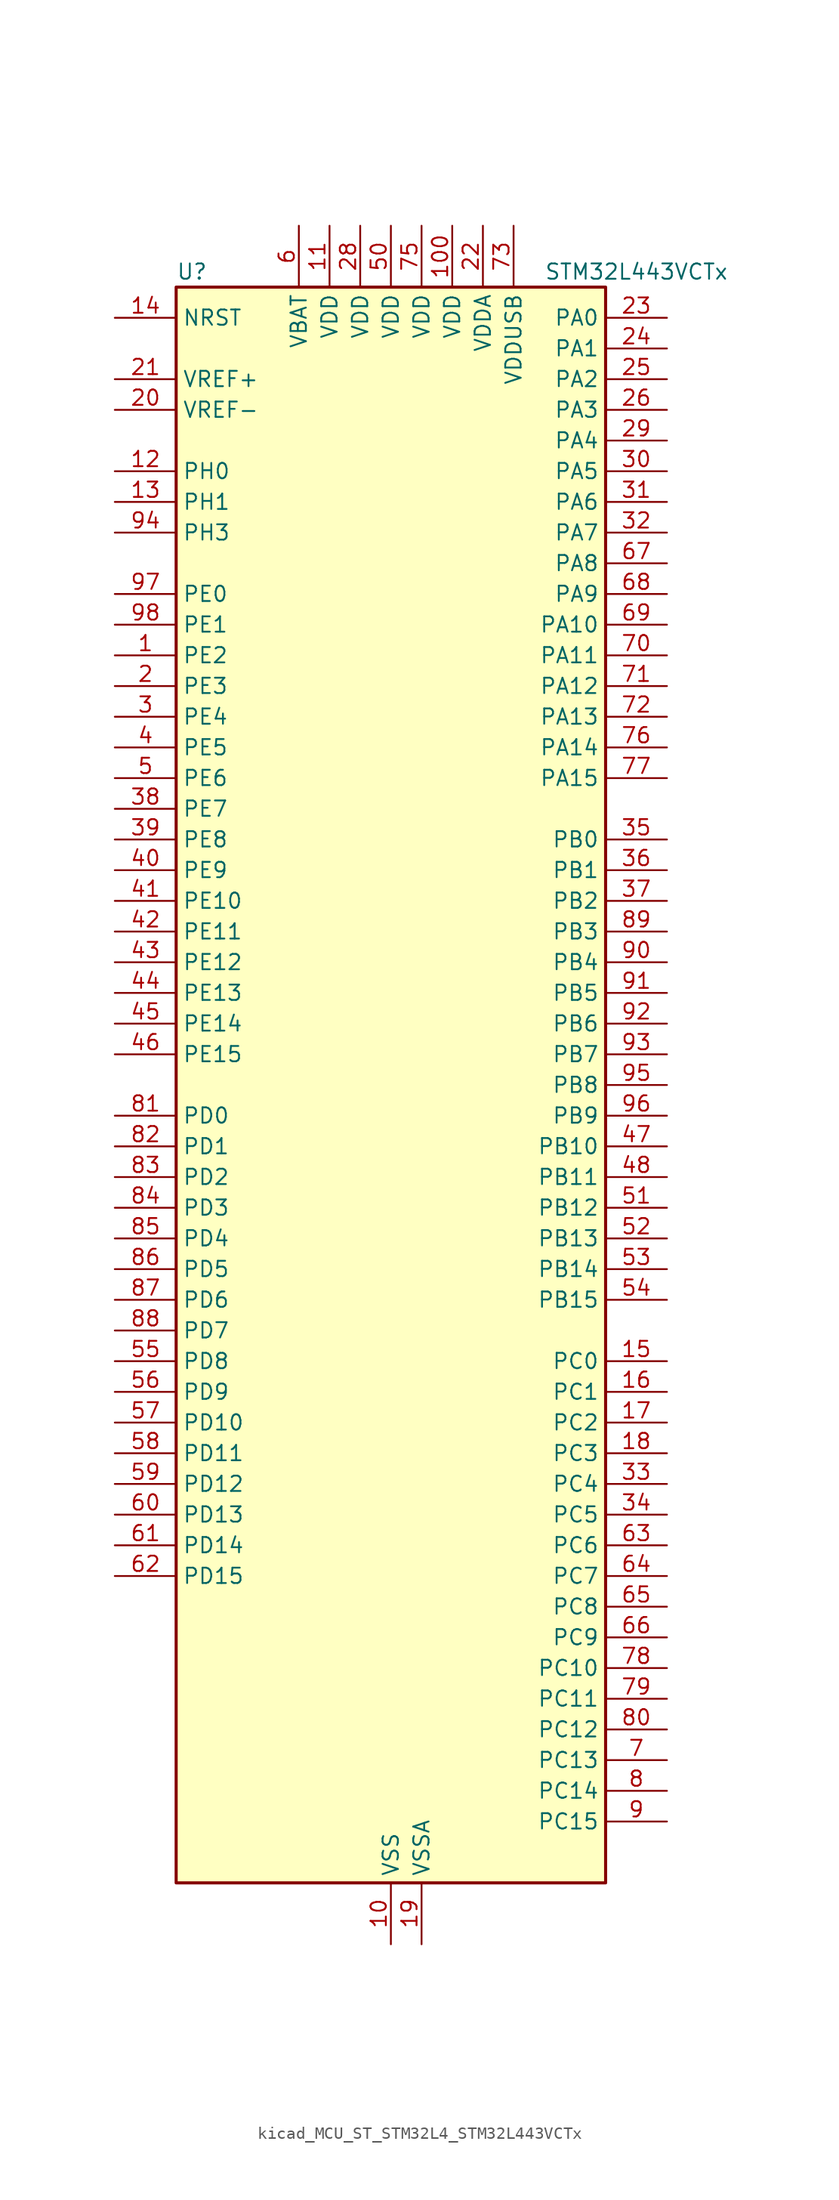
<source format=kicad_sym>
(kicad_symbol_lib
  (version 20220914)
  (generator kicad_symbol_editor)
  (symbol "kicad_MCU_ST_STM32L4_STM32L443VCTx"
    (property "Reference" "U"
      (at -17.78 67.31 0)
      (effects (font (size 1.27 1.27)) (justify left)))
    (property "Value" "STM32L443VCTx"
      (at 12.7 67.31 0)
      (effects (font (size 1.27 1.27)) (justify left)))
    (property "ki_locked" ""
      (at 0 0 0)
      (effects (font (size 1.27 1.27))))
    (symbol "kicad_MCU_ST_STM32L4_STM32L443VCTx_0_1"
      (rectangle (start -17.78 -66.04) (end 17.78 66.04) (stroke (width 0.254) (type default)) (fill (type background))))
    (symbol "kicad_MCU_ST_STM32L4_STM32L443VCTx_1_1"
      (pin bidirectional line (at -22.86 35.56 0) (length 5.08) (name "PE2" (effects (font (size 1.27 1.27)))) (number "1" (effects (font (size 1.27 1.27)))) (alternate "LCD_SEG38" bidirectional line) (alternate "SAI1_MCLK_A" bidirectional line) (alternate "SYS_TRACECLK" bidirectional line) (alternate "TSC_G7_IO1" bidirectional line))
      (pin power_in line (at 0 -71.12 90) (length 5.08) (name "VSS" (effects (font (size 1.27 1.27)))) (number "10" (effects (font (size 1.27 1.27)))))
      (pin power_in line (at 5.08 71.12 270) (length 5.08) (name "VDD" (effects (font (size 1.27 1.27)))) (number "100" (effects (font (size 1.27 1.27)))))
      (pin power_in line (at -5.08 71.12 270) (length 5.08) (name "VDD" (effects (font (size 1.27 1.27)))) (number "11" (effects (font (size 1.27 1.27)))))
      (pin bidirectional line (at -22.86 50.8 0) (length 5.08) (name "PH0" (effects (font (size 1.27 1.27)))) (number "12" (effects (font (size 1.27 1.27)))) (alternate "RCC_OSC_IN" bidirectional line))
      (pin bidirectional line (at -22.86 48.26 0) (length 5.08) (name "PH1" (effects (font (size 1.27 1.27)))) (number "13" (effects (font (size 1.27 1.27)))) (alternate "RCC_OSC_OUT" bidirectional line))
      (pin input line (at -22.86 63.5 0) (length 5.08) (name "NRST" (effects (font (size 1.27 1.27)))) (number "14" (effects (font (size 1.27 1.27)))))
      (pin bidirectional line (at 22.86 -22.86 180) (length 5.08) (name "PC0" (effects (font (size 1.27 1.27)))) (number "15" (effects (font (size 1.27 1.27)))) (alternate "ADC1_IN1" bidirectional line) (alternate "I2C3_SCL" bidirectional line) (alternate "LCD_SEG18" bidirectional line) (alternate "LPTIM1_IN1" bidirectional line) (alternate "LPTIM2_IN1" bidirectional line) (alternate "LPUART1_RX" bidirectional line))
      (pin bidirectional line (at 22.86 -25.4 180) (length 5.08) (name "PC1" (effects (font (size 1.27 1.27)))) (number "16" (effects (font (size 1.27 1.27)))) (alternate "ADC1_IN2" bidirectional line) (alternate "I2C3_SDA" bidirectional line) (alternate "LCD_SEG19" bidirectional line) (alternate "LPTIM1_OUT" bidirectional line) (alternate "LPUART1_TX" bidirectional line))
      (pin bidirectional line (at 22.86 -27.94 180) (length 5.08) (name "PC2" (effects (font (size 1.27 1.27)))) (number "17" (effects (font (size 1.27 1.27)))) (alternate "ADC1_IN3" bidirectional line) (alternate "LCD_SEG20" bidirectional line) (alternate "LPTIM1_IN2" bidirectional line) (alternate "SPI2_MISO" bidirectional line))
      (pin bidirectional line (at 22.86 -30.48 180) (length 5.08) (name "PC3" (effects (font (size 1.27 1.27)))) (number "18" (effects (font (size 1.27 1.27)))) (alternate "ADC1_IN4" bidirectional line) (alternate "LCD_VLCD" bidirectional line) (alternate "LPTIM1_ETR" bidirectional line) (alternate "LPTIM2_ETR" bidirectional line) (alternate "SAI1_SD_A" bidirectional line) (alternate "SPI2_MOSI" bidirectional line))
      (pin power_in line (at 2.54 -71.12 90) (length 5.08) (name "VSSA" (effects (font (size 1.27 1.27)))) (number "19" (effects (font (size 1.27 1.27)))))
      (pin bidirectional line (at -22.86 33.02 0) (length 5.08) (name "PE3" (effects (font (size 1.27 1.27)))) (number "2" (effects (font (size 1.27 1.27)))) (alternate "LCD_SEG39" bidirectional line) (alternate "SAI1_SD_B" bidirectional line) (alternate "SYS_TRACED0" bidirectional line) (alternate "TSC_G7_IO2" bidirectional line))
      (pin input line (at -22.86 55.88 0) (length 5.08) (name "VREF-" (effects (font (size 1.27 1.27)))) (number "20" (effects (font (size 1.27 1.27)))))
      (pin input line (at -22.86 58.42 0) (length 5.08) (name "VREF+" (effects (font (size 1.27 1.27)))) (number "21" (effects (font (size 1.27 1.27)))) (alternate "VREFBUF_OUT" bidirectional line))
      (pin power_in line (at 7.62 71.12 270) (length 5.08) (name "VDDA" (effects (font (size 1.27 1.27)))) (number "22" (effects (font (size 1.27 1.27)))))
      (pin bidirectional line (at 22.86 63.5 180) (length 5.08) (name "PA0" (effects (font (size 1.27 1.27)))) (number "23" (effects (font (size 1.27 1.27)))) (alternate "ADC1_IN5" bidirectional line) (alternate "COMP1_INM" bidirectional line) (alternate "COMP1_OUT" bidirectional line) (alternate "OPAMP1_VINP" bidirectional line) (alternate "RTC_TAMP2" bidirectional line) (alternate "SAI1_EXTCLK" bidirectional line) (alternate "SYS_WKUP1" bidirectional line) (alternate "TIM2_CH1" bidirectional line) (alternate "TIM2_ETR" bidirectional line) (alternate "USART2_CTS" bidirectional line))
      (pin bidirectional line (at 22.86 60.96 180) (length 5.08) (name "PA1" (effects (font (size 1.27 1.27)))) (number "24" (effects (font (size 1.27 1.27)))) (alternate "ADC1_IN6" bidirectional line) (alternate "COMP1_INP" bidirectional line) (alternate "I2C1_SMBA" bidirectional line) (alternate "LCD_SEG0" bidirectional line) (alternate "OPAMP1_VINM" bidirectional line) (alternate "SPI1_SCK" bidirectional line) (alternate "TIM15_CH1N" bidirectional line) (alternate "TIM2_CH2" bidirectional line) (alternate "USART2_DE" bidirectional line) (alternate "USART2_RTS" bidirectional line))
      (pin bidirectional line (at 22.86 58.42 180) (length 5.08) (name "PA2" (effects (font (size 1.27 1.27)))) (number "25" (effects (font (size 1.27 1.27)))) (alternate "ADC1_IN7" bidirectional line) (alternate "COMP2_INM" bidirectional line) (alternate "COMP2_OUT" bidirectional line) (alternate "LCD_SEG1" bidirectional line) (alternate "LPUART1_TX" bidirectional line) (alternate "QUADSPI_BK1_NCS" bidirectional line) (alternate "RCC_LSCO" bidirectional line) (alternate "SYS_WKUP4" bidirectional line) (alternate "TIM15_CH1" bidirectional line) (alternate "TIM2_CH3" bidirectional line) (alternate "USART2_TX" bidirectional line))
      (pin bidirectional line (at 22.86 55.88 180) (length 5.08) (name "PA3" (effects (font (size 1.27 1.27)))) (number "26" (effects (font (size 1.27 1.27)))) (alternate "ADC1_IN8" bidirectional line) (alternate "COMP2_INP" bidirectional line) (alternate "LCD_SEG2" bidirectional line) (alternate "LPUART1_RX" bidirectional line) (alternate "OPAMP1_VOUT" bidirectional line) (alternate "QUADSPI_CLK" bidirectional line) (alternate "SAI1_MCLK_A" bidirectional line) (alternate "TIM15_CH2" bidirectional line) (alternate "TIM2_CH4" bidirectional line) (alternate "USART2_RX" bidirectional line))
      (pin passive line (at 0 -71.12 90) (length 5.08) hide (name "VSS" (effects (font (size 1.27 1.27)))) (number "27" (effects (font (size 1.27 1.27)))))
      (pin power_in line (at -2.54 71.12 270) (length 5.08) (name "VDD" (effects (font (size 1.27 1.27)))) (number "28" (effects (font (size 1.27 1.27)))))
      (pin bidirectional line (at 22.86 53.34 180) (length 5.08) (name "PA4" (effects (font (size 1.27 1.27)))) (number "29" (effects (font (size 1.27 1.27)))) (alternate "ADC1_IN9" bidirectional line) (alternate "COMP1_INM" bidirectional line) (alternate "COMP2_INM" bidirectional line) (alternate "DAC1_OUT1" bidirectional line) (alternate "LPTIM2_OUT" bidirectional line) (alternate "SAI1_FS_B" bidirectional line) (alternate "SPI1_NSS" bidirectional line) (alternate "SPI3_NSS" bidirectional line) (alternate "USART2_CK" bidirectional line))
      (pin bidirectional line (at -22.86 30.48 0) (length 5.08) (name "PE4" (effects (font (size 1.27 1.27)))) (number "3" (effects (font (size 1.27 1.27)))) (alternate "SAI1_FS_A" bidirectional line) (alternate "SYS_TRACED1" bidirectional line) (alternate "TSC_G7_IO3" bidirectional line))
      (pin bidirectional line (at 22.86 50.8 180) (length 5.08) (name "PA5" (effects (font (size 1.27 1.27)))) (number "30" (effects (font (size 1.27 1.27)))) (alternate "ADC1_IN10" bidirectional line) (alternate "COMP1_INM" bidirectional line) (alternate "COMP2_INM" bidirectional line) (alternate "DAC1_OUT2" bidirectional line) (alternate "LPTIM2_ETR" bidirectional line) (alternate "SPI1_SCK" bidirectional line) (alternate "TIM2_CH1" bidirectional line) (alternate "TIM2_ETR" bidirectional line))
      (pin bidirectional line (at 22.86 48.26 180) (length 5.08) (name "PA6" (effects (font (size 1.27 1.27)))) (number "31" (effects (font (size 1.27 1.27)))) (alternate "ADC1_IN11" bidirectional line) (alternate "COMP1_OUT" bidirectional line) (alternate "LCD_SEG3" bidirectional line) (alternate "LPUART1_CTS" bidirectional line) (alternate "QUADSPI_BK1_IO3" bidirectional line) (alternate "SPI1_MISO" bidirectional line) (alternate "TIM16_CH1" bidirectional line) (alternate "TIM1_BKIN" bidirectional line) (alternate "TIM1_BKIN_COMP2" bidirectional line) (alternate "USART3_CTS" bidirectional line))
      (pin bidirectional line (at 22.86 45.72 180) (length 5.08) (name "PA7" (effects (font (size 1.27 1.27)))) (number "32" (effects (font (size 1.27 1.27)))) (alternate "ADC1_IN12" bidirectional line) (alternate "COMP2_OUT" bidirectional line) (alternate "I2C3_SCL" bidirectional line) (alternate "LCD_SEG4" bidirectional line) (alternate "QUADSPI_BK1_IO2" bidirectional line) (alternate "SPI1_MOSI" bidirectional line) (alternate "TIM1_CH1N" bidirectional line))
      (pin bidirectional line (at 22.86 -33.02 180) (length 5.08) (name "PC4" (effects (font (size 1.27 1.27)))) (number "33" (effects (font (size 1.27 1.27)))) (alternate "ADC1_IN13" bidirectional line) (alternate "COMP1_INM" bidirectional line) (alternate "LCD_SEG22" bidirectional line) (alternate "USART3_TX" bidirectional line))
      (pin bidirectional line (at 22.86 -35.56 180) (length 5.08) (name "PC5" (effects (font (size 1.27 1.27)))) (number "34" (effects (font (size 1.27 1.27)))) (alternate "ADC1_IN14" bidirectional line) (alternate "COMP1_INP" bidirectional line) (alternate "LCD_SEG23" bidirectional line) (alternate "SYS_WKUP5" bidirectional line) (alternate "USART3_RX" bidirectional line))
      (pin bidirectional line (at 22.86 20.32 180) (length 5.08) (name "PB0" (effects (font (size 1.27 1.27)))) (number "35" (effects (font (size 1.27 1.27)))) (alternate "ADC1_IN15" bidirectional line) (alternate "COMP1_OUT" bidirectional line) (alternate "LCD_SEG5" bidirectional line) (alternate "QUADSPI_BK1_IO1" bidirectional line) (alternate "SAI1_EXTCLK" bidirectional line) (alternate "SPI1_NSS" bidirectional line) (alternate "TIM1_CH2N" bidirectional line) (alternate "USART3_CK" bidirectional line))
      (pin bidirectional line (at 22.86 17.78 180) (length 5.08) (name "PB1" (effects (font (size 1.27 1.27)))) (number "36" (effects (font (size 1.27 1.27)))) (alternate "ADC1_IN16" bidirectional line) (alternate "COMP1_INM" bidirectional line) (alternate "LCD_SEG6" bidirectional line) (alternate "LPTIM2_IN1" bidirectional line) (alternate "LPUART1_DE" bidirectional line) (alternate "LPUART1_RTS" bidirectional line) (alternate "QUADSPI_BK1_IO0" bidirectional line) (alternate "TIM1_CH3N" bidirectional line) (alternate "USART3_DE" bidirectional line) (alternate "USART3_RTS" bidirectional line))
      (pin bidirectional line (at 22.86 15.24 180) (length 5.08) (name "PB2" (effects (font (size 1.27 1.27)))) (number "37" (effects (font (size 1.27 1.27)))) (alternate "COMP1_INP" bidirectional line) (alternate "I2C3_SMBA" bidirectional line) (alternate "LCD_VLCD" bidirectional line) (alternate "LPTIM1_OUT" bidirectional line) (alternate "RTC_OUT_ALARM" bidirectional line) (alternate "RTC_OUT_CALIB" bidirectional line))
      (pin bidirectional line (at -22.86 22.86 0) (length 5.08) (name "PE7" (effects (font (size 1.27 1.27)))) (number "38" (effects (font (size 1.27 1.27)))) (alternate "SAI1_SD_B" bidirectional line) (alternate "TIM1_ETR" bidirectional line))
      (pin bidirectional line (at -22.86 20.32 0) (length 5.08) (name "PE8" (effects (font (size 1.27 1.27)))) (number "39" (effects (font (size 1.27 1.27)))) (alternate "SAI1_SCK_B" bidirectional line) (alternate "TIM1_CH1N" bidirectional line))
      (pin bidirectional line (at -22.86 27.94 0) (length 5.08) (name "PE5" (effects (font (size 1.27 1.27)))) (number "4" (effects (font (size 1.27 1.27)))) (alternate "SAI1_SCK_A" bidirectional line) (alternate "SYS_TRACED2" bidirectional line) (alternate "TSC_G7_IO4" bidirectional line))
      (pin bidirectional line (at -22.86 17.78 0) (length 5.08) (name "PE9" (effects (font (size 1.27 1.27)))) (number "40" (effects (font (size 1.27 1.27)))) (alternate "DAC1_EXTI9" bidirectional line) (alternate "SAI1_FS_B" bidirectional line) (alternate "TIM1_CH1" bidirectional line))
      (pin bidirectional line (at -22.86 15.24 0) (length 5.08) (name "PE10" (effects (font (size 1.27 1.27)))) (number "41" (effects (font (size 1.27 1.27)))) (alternate "QUADSPI_CLK" bidirectional line) (alternate "SAI1_MCLK_B" bidirectional line) (alternate "TIM1_CH2N" bidirectional line) (alternate "TSC_G5_IO1" bidirectional line))
      (pin bidirectional line (at -22.86 12.7 0) (length 5.08) (name "PE11" (effects (font (size 1.27 1.27)))) (number "42" (effects (font (size 1.27 1.27)))) (alternate "ADC1_EXTI11" bidirectional line) (alternate "QUADSPI_BK1_NCS" bidirectional line) (alternate "TIM1_CH2" bidirectional line) (alternate "TSC_G5_IO2" bidirectional line))
      (pin bidirectional line (at -22.86 10.16 0) (length 5.08) (name "PE12" (effects (font (size 1.27 1.27)))) (number "43" (effects (font (size 1.27 1.27)))) (alternate "QUADSPI_BK1_IO0" bidirectional line) (alternate "SPI1_NSS" bidirectional line) (alternate "TIM1_CH3N" bidirectional line) (alternate "TSC_G5_IO3" bidirectional line))
      (pin bidirectional line (at -22.86 7.62 0) (length 5.08) (name "PE13" (effects (font (size 1.27 1.27)))) (number "44" (effects (font (size 1.27 1.27)))) (alternate "QUADSPI_BK1_IO1" bidirectional line) (alternate "SPI1_SCK" bidirectional line) (alternate "TIM1_CH3" bidirectional line) (alternate "TSC_G5_IO4" bidirectional line))
      (pin bidirectional line (at -22.86 5.08 0) (length 5.08) (name "PE14" (effects (font (size 1.27 1.27)))) (number "45" (effects (font (size 1.27 1.27)))) (alternate "QUADSPI_BK1_IO2" bidirectional line) (alternate "SPI1_MISO" bidirectional line) (alternate "TIM1_BKIN2" bidirectional line) (alternate "TIM1_BKIN2_COMP2" bidirectional line) (alternate "TIM1_CH4" bidirectional line))
      (pin bidirectional line (at -22.86 2.54 0) (length 5.08) (name "PE15" (effects (font (size 1.27 1.27)))) (number "46" (effects (font (size 1.27 1.27)))) (alternate "ADC1_EXTI15" bidirectional line) (alternate "QUADSPI_BK1_IO3" bidirectional line) (alternate "SPI1_MOSI" bidirectional line) (alternate "TIM1_BKIN" bidirectional line) (alternate "TIM1_BKIN_COMP1" bidirectional line))
      (pin bidirectional line (at 22.86 -5.08 180) (length 5.08) (name "PB10" (effects (font (size 1.27 1.27)))) (number "47" (effects (font (size 1.27 1.27)))) (alternate "COMP1_OUT" bidirectional line) (alternate "I2C2_SCL" bidirectional line) (alternate "LCD_SEG10" bidirectional line) (alternate "LPUART1_RX" bidirectional line) (alternate "QUADSPI_CLK" bidirectional line) (alternate "SAI1_SCK_A" bidirectional line) (alternate "SPI2_SCK" bidirectional line) (alternate "TIM2_CH3" bidirectional line) (alternate "TSC_SYNC" bidirectional line) (alternate "USART3_TX" bidirectional line))
      (pin bidirectional line (at 22.86 -7.62 180) (length 5.08) (name "PB11" (effects (font (size 1.27 1.27)))) (number "48" (effects (font (size 1.27 1.27)))) (alternate "ADC1_EXTI11" bidirectional line) (alternate "COMP2_OUT" bidirectional line) (alternate "I2C2_SDA" bidirectional line) (alternate "LCD_SEG11" bidirectional line) (alternate "LPUART1_TX" bidirectional line) (alternate "QUADSPI_BK1_NCS" bidirectional line) (alternate "TIM2_CH4" bidirectional line) (alternate "USART3_RX" bidirectional line))
      (pin passive line (at 0 -71.12 90) (length 5.08) hide (name "VSS" (effects (font (size 1.27 1.27)))) (number "49" (effects (font (size 1.27 1.27)))))
      (pin bidirectional line (at -22.86 25.4 0) (length 5.08) (name "PE6" (effects (font (size 1.27 1.27)))) (number "5" (effects (font (size 1.27 1.27)))) (alternate "RTC_TAMP3" bidirectional line) (alternate "SAI1_SD_A" bidirectional line) (alternate "SYS_TRACED3" bidirectional line) (alternate "SYS_WKUP3" bidirectional line))
      (pin power_in line (at 0 71.12 270) (length 5.08) (name "VDD" (effects (font (size 1.27 1.27)))) (number "50" (effects (font (size 1.27 1.27)))))
      (pin bidirectional line (at 22.86 -10.16 180) (length 5.08) (name "PB12" (effects (font (size 1.27 1.27)))) (number "51" (effects (font (size 1.27 1.27)))) (alternate "I2C2_SMBA" bidirectional line) (alternate "LCD_SEG12" bidirectional line) (alternate "LPUART1_DE" bidirectional line) (alternate "LPUART1_RTS" bidirectional line) (alternate "SAI1_FS_A" bidirectional line) (alternate "SPI2_NSS" bidirectional line) (alternate "SWPMI1_IO" bidirectional line) (alternate "TIM15_BKIN" bidirectional line) (alternate "TIM1_BKIN" bidirectional line) (alternate "TIM1_BKIN_COMP2" bidirectional line) (alternate "TSC_G1_IO1" bidirectional line) (alternate "USART3_CK" bidirectional line))
      (pin bidirectional line (at 22.86 -12.7 180) (length 5.08) (name "PB13" (effects (font (size 1.27 1.27)))) (number "52" (effects (font (size 1.27 1.27)))) (alternate "I2C2_SCL" bidirectional line) (alternate "LCD_SEG13" bidirectional line) (alternate "LPUART1_CTS" bidirectional line) (alternate "SAI1_SCK_A" bidirectional line) (alternate "SPI2_SCK" bidirectional line) (alternate "SWPMI1_TX" bidirectional line) (alternate "TIM15_CH1N" bidirectional line) (alternate "TIM1_CH1N" bidirectional line) (alternate "TSC_G1_IO2" bidirectional line) (alternate "USART3_CTS" bidirectional line))
      (pin bidirectional line (at 22.86 -15.24 180) (length 5.08) (name "PB14" (effects (font (size 1.27 1.27)))) (number "53" (effects (font (size 1.27 1.27)))) (alternate "I2C2_SDA" bidirectional line) (alternate "LCD_SEG14" bidirectional line) (alternate "SAI1_MCLK_A" bidirectional line) (alternate "SPI2_MISO" bidirectional line) (alternate "SWPMI1_RX" bidirectional line) (alternate "TIM15_CH1" bidirectional line) (alternate "TIM1_CH2N" bidirectional line) (alternate "TSC_G1_IO3" bidirectional line) (alternate "USART3_DE" bidirectional line) (alternate "USART3_RTS" bidirectional line))
      (pin bidirectional line (at 22.86 -17.78 180) (length 5.08) (name "PB15" (effects (font (size 1.27 1.27)))) (number "54" (effects (font (size 1.27 1.27)))) (alternate "ADC1_EXTI15" bidirectional line) (alternate "LCD_SEG15" bidirectional line) (alternate "RTC_REFIN" bidirectional line) (alternate "SAI1_SD_A" bidirectional line) (alternate "SPI2_MOSI" bidirectional line) (alternate "SWPMI1_SUSPEND" bidirectional line) (alternate "TIM15_CH2" bidirectional line) (alternate "TIM1_CH3N" bidirectional line) (alternate "TSC_G1_IO4" bidirectional line))
      (pin bidirectional line (at -22.86 -22.86 0) (length 5.08) (name "PD8" (effects (font (size 1.27 1.27)))) (number "55" (effects (font (size 1.27 1.27)))) (alternate "LCD_SEG28" bidirectional line) (alternate "USART3_TX" bidirectional line))
      (pin bidirectional line (at -22.86 -25.4 0) (length 5.08) (name "PD9" (effects (font (size 1.27 1.27)))) (number "56" (effects (font (size 1.27 1.27)))) (alternate "DAC1_EXTI9" bidirectional line) (alternate "LCD_SEG29" bidirectional line) (alternate "USART3_RX" bidirectional line))
      (pin bidirectional line (at -22.86 -27.94 0) (length 5.08) (name "PD10" (effects (font (size 1.27 1.27)))) (number "57" (effects (font (size 1.27 1.27)))) (alternate "LCD_SEG30" bidirectional line) (alternate "TSC_G6_IO1" bidirectional line) (alternate "USART3_CK" bidirectional line))
      (pin bidirectional line (at -22.86 -30.48 0) (length 5.08) (name "PD11" (effects (font (size 1.27 1.27)))) (number "58" (effects (font (size 1.27 1.27)))) (alternate "ADC1_EXTI11" bidirectional line) (alternate "LCD_SEG31" bidirectional line) (alternate "LPTIM2_ETR" bidirectional line) (alternate "TSC_G6_IO2" bidirectional line) (alternate "USART3_CTS" bidirectional line))
      (pin bidirectional line (at -22.86 -33.02 0) (length 5.08) (name "PD12" (effects (font (size 1.27 1.27)))) (number "59" (effects (font (size 1.27 1.27)))) (alternate "LCD_SEG32" bidirectional line) (alternate "LPTIM2_IN1" bidirectional line) (alternate "TSC_G6_IO3" bidirectional line) (alternate "USART3_DE" bidirectional line) (alternate "USART3_RTS" bidirectional line))
      (pin power_in line (at -7.62 71.12 270) (length 5.08) (name "VBAT" (effects (font (size 1.27 1.27)))) (number "6" (effects (font (size 1.27 1.27)))))
      (pin bidirectional line (at -22.86 -35.56 0) (length 5.08) (name "PD13" (effects (font (size 1.27 1.27)))) (number "60" (effects (font (size 1.27 1.27)))) (alternate "LCD_SEG33" bidirectional line) (alternate "LPTIM2_OUT" bidirectional line) (alternate "TSC_G6_IO4" bidirectional line))
      (pin bidirectional line (at -22.86 -38.1 0) (length 5.08) (name "PD14" (effects (font (size 1.27 1.27)))) (number "61" (effects (font (size 1.27 1.27)))) (alternate "LCD_SEG34" bidirectional line))
      (pin bidirectional line (at -22.86 -40.64 0) (length 5.08) (name "PD15" (effects (font (size 1.27 1.27)))) (number "62" (effects (font (size 1.27 1.27)))) (alternate "ADC1_EXTI15" bidirectional line) (alternate "LCD_SEG35" bidirectional line))
      (pin bidirectional line (at 22.86 -38.1 180) (length 5.08) (name "PC6" (effects (font (size 1.27 1.27)))) (number "63" (effects (font (size 1.27 1.27)))) (alternate "LCD_SEG24" bidirectional line) (alternate "SDMMC1_D6" bidirectional line) (alternate "TSC_G4_IO1" bidirectional line))
      (pin bidirectional line (at 22.86 -40.64 180) (length 5.08) (name "PC7" (effects (font (size 1.27 1.27)))) (number "64" (effects (font (size 1.27 1.27)))) (alternate "LCD_SEG25" bidirectional line) (alternate "SDMMC1_D7" bidirectional line) (alternate "TSC_G4_IO2" bidirectional line))
      (pin bidirectional line (at 22.86 -43.18 180) (length 5.08) (name "PC8" (effects (font (size 1.27 1.27)))) (number "65" (effects (font (size 1.27 1.27)))) (alternate "LCD_SEG26" bidirectional line) (alternate "SDMMC1_D0" bidirectional line) (alternate "TSC_G4_IO3" bidirectional line))
      (pin bidirectional line (at 22.86 -45.72 180) (length 5.08) (name "PC9" (effects (font (size 1.27 1.27)))) (number "66" (effects (font (size 1.27 1.27)))) (alternate "DAC1_EXTI9" bidirectional line) (alternate "LCD_SEG27" bidirectional line) (alternate "SDMMC1_D1" bidirectional line) (alternate "TSC_G4_IO4" bidirectional line) (alternate "USB_NOE" bidirectional line))
      (pin bidirectional line (at 22.86 43.18 180) (length 5.08) (name "PA8" (effects (font (size 1.27 1.27)))) (number "67" (effects (font (size 1.27 1.27)))) (alternate "LCD_COM0" bidirectional line) (alternate "LPTIM2_OUT" bidirectional line) (alternate "RCC_MCO" bidirectional line) (alternate "SAI1_SCK_A" bidirectional line) (alternate "SWPMI1_IO" bidirectional line) (alternate "TIM1_CH1" bidirectional line) (alternate "USART1_CK" bidirectional line))
      (pin bidirectional line (at 22.86 40.64 180) (length 5.08) (name "PA9" (effects (font (size 1.27 1.27)))) (number "68" (effects (font (size 1.27 1.27)))) (alternate "DAC1_EXTI9" bidirectional line) (alternate "I2C1_SCL" bidirectional line) (alternate "LCD_COM1" bidirectional line) (alternate "SAI1_FS_A" bidirectional line) (alternate "TIM15_BKIN" bidirectional line) (alternate "TIM1_CH2" bidirectional line) (alternate "USART1_TX" bidirectional line))
      (pin bidirectional line (at 22.86 38.1 180) (length 5.08) (name "PA10" (effects (font (size 1.27 1.27)))) (number "69" (effects (font (size 1.27 1.27)))) (alternate "CRS_SYNC" bidirectional line) (alternate "I2C1_SDA" bidirectional line) (alternate "LCD_COM2" bidirectional line) (alternate "SAI1_SD_A" bidirectional line) (alternate "TIM1_CH3" bidirectional line) (alternate "USART1_RX" bidirectional line))
      (pin bidirectional line (at 22.86 -55.88 180) (length 5.08) (name "PC13" (effects (font (size 1.27 1.27)))) (number "7" (effects (font (size 1.27 1.27)))) (alternate "RTC_OUT_ALARM" bidirectional line) (alternate "RTC_OUT_CALIB" bidirectional line) (alternate "RTC_TAMP1" bidirectional line) (alternate "RTC_TS" bidirectional line) (alternate "SYS_WKUP2" bidirectional line))
      (pin bidirectional line (at 22.86 35.56 180) (length 5.08) (name "PA11" (effects (font (size 1.27 1.27)))) (number "70" (effects (font (size 1.27 1.27)))) (alternate "ADC1_EXTI11" bidirectional line) (alternate "CAN1_RX" bidirectional line) (alternate "COMP1_OUT" bidirectional line) (alternate "SPI1_MISO" bidirectional line) (alternate "TIM1_BKIN2" bidirectional line) (alternate "TIM1_BKIN2_COMP1" bidirectional line) (alternate "TIM1_CH4" bidirectional line) (alternate "USART1_CTS" bidirectional line) (alternate "USB_DM" bidirectional line))
      (pin bidirectional line (at 22.86 33.02 180) (length 5.08) (name "PA12" (effects (font (size 1.27 1.27)))) (number "71" (effects (font (size 1.27 1.27)))) (alternate "CAN1_TX" bidirectional line) (alternate "SPI1_MOSI" bidirectional line) (alternate "TIM1_ETR" bidirectional line) (alternate "USART1_DE" bidirectional line) (alternate "USART1_RTS" bidirectional line) (alternate "USB_DP" bidirectional line))
      (pin bidirectional line (at 22.86 30.48 180) (length 5.08) (name "PA13" (effects (font (size 1.27 1.27)))) (number "72" (effects (font (size 1.27 1.27)))) (alternate "IR_OUT" bidirectional line) (alternate "SAI1_SD_B" bidirectional line) (alternate "SWPMI1_TX" bidirectional line) (alternate "SYS_JTMS-SWDIO" bidirectional line) (alternate "USB_NOE" bidirectional line))
      (pin power_in line (at 10.16 71.12 270) (length 5.08) (name "VDDUSB" (effects (font (size 1.27 1.27)))) (number "73" (effects (font (size 1.27 1.27)))))
      (pin passive line (at 0 -71.12 90) (length 5.08) hide (name "VSS" (effects (font (size 1.27 1.27)))) (number "74" (effects (font (size 1.27 1.27)))))
      (pin power_in line (at 2.54 71.12 270) (length 5.08) (name "VDD" (effects (font (size 1.27 1.27)))) (number "75" (effects (font (size 1.27 1.27)))))
      (pin bidirectional line (at 22.86 27.94 180) (length 5.08) (name "PA14" (effects (font (size 1.27 1.27)))) (number "76" (effects (font (size 1.27 1.27)))) (alternate "I2C1_SMBA" bidirectional line) (alternate "LPTIM1_OUT" bidirectional line) (alternate "SAI1_FS_B" bidirectional line) (alternate "SWPMI1_RX" bidirectional line) (alternate "SYS_JTCK-SWCLK" bidirectional line))
      (pin bidirectional line (at 22.86 25.4 180) (length 5.08) (name "PA15" (effects (font (size 1.27 1.27)))) (number "77" (effects (font (size 1.27 1.27)))) (alternate "ADC1_EXTI15" bidirectional line) (alternate "LCD_SEG17" bidirectional line) (alternate "SPI1_NSS" bidirectional line) (alternate "SPI3_NSS" bidirectional line) (alternate "SWPMI1_SUSPEND" bidirectional line) (alternate "SYS_JTDI" bidirectional line) (alternate "TIM2_CH1" bidirectional line) (alternate "TIM2_ETR" bidirectional line) (alternate "TSC_G3_IO1" bidirectional line) (alternate "USART2_RX" bidirectional line) (alternate "USART3_DE" bidirectional line) (alternate "USART3_RTS" bidirectional line))
      (pin bidirectional line (at 22.86 -48.26 180) (length 5.08) (name "PC10" (effects (font (size 1.27 1.27)))) (number "78" (effects (font (size 1.27 1.27)))) (alternate "LCD_COM4" bidirectional line) (alternate "LCD_SEG28" bidirectional line) (alternate "LCD_SEG40" bidirectional line) (alternate "SDMMC1_D2" bidirectional line) (alternate "SPI3_SCK" bidirectional line) (alternate "TSC_G3_IO2" bidirectional line) (alternate "USART3_TX" bidirectional line))
      (pin bidirectional line (at 22.86 -50.8 180) (length 5.08) (name "PC11" (effects (font (size 1.27 1.27)))) (number "79" (effects (font (size 1.27 1.27)))) (alternate "ADC1_EXTI11" bidirectional line) (alternate "LCD_COM5" bidirectional line) (alternate "LCD_SEG29" bidirectional line) (alternate "LCD_SEG41" bidirectional line) (alternate "SDMMC1_D3" bidirectional line) (alternate "SPI3_MISO" bidirectional line) (alternate "TSC_G3_IO3" bidirectional line) (alternate "USART3_RX" bidirectional line))
      (pin bidirectional line (at 22.86 -58.42 180) (length 5.08) (name "PC14" (effects (font (size 1.27 1.27)))) (number "8" (effects (font (size 1.27 1.27)))) (alternate "RCC_OSC32_IN" bidirectional line))
      (pin bidirectional line (at 22.86 -53.34 180) (length 5.08) (name "PC12" (effects (font (size 1.27 1.27)))) (number "80" (effects (font (size 1.27 1.27)))) (alternate "LCD_COM6" bidirectional line) (alternate "LCD_SEG30" bidirectional line) (alternate "LCD_SEG42" bidirectional line) (alternate "SDMMC1_CK" bidirectional line) (alternate "SPI3_MOSI" bidirectional line) (alternate "TSC_G3_IO4" bidirectional line) (alternate "USART3_CK" bidirectional line))
      (pin bidirectional line (at -22.86 -2.54 0) (length 5.08) (name "PD0" (effects (font (size 1.27 1.27)))) (number "81" (effects (font (size 1.27 1.27)))) (alternate "CAN1_RX" bidirectional line) (alternate "SPI2_NSS" bidirectional line))
      (pin bidirectional line (at -22.86 -5.08 0) (length 5.08) (name "PD1" (effects (font (size 1.27 1.27)))) (number "82" (effects (font (size 1.27 1.27)))) (alternate "CAN1_TX" bidirectional line) (alternate "SPI2_SCK" bidirectional line))
      (pin bidirectional line (at -22.86 -7.62 0) (length 5.08) (name "PD2" (effects (font (size 1.27 1.27)))) (number "83" (effects (font (size 1.27 1.27)))) (alternate "LCD_COM7" bidirectional line) (alternate "LCD_SEG31" bidirectional line) (alternate "LCD_SEG43" bidirectional line) (alternate "SDMMC1_CMD" bidirectional line) (alternate "TSC_SYNC" bidirectional line) (alternate "USART3_DE" bidirectional line) (alternate "USART3_RTS" bidirectional line))
      (pin bidirectional line (at -22.86 -10.16 0) (length 5.08) (name "PD3" (effects (font (size 1.27 1.27)))) (number "84" (effects (font (size 1.27 1.27)))) (alternate "QUADSPI_BK2_NCS" bidirectional line) (alternate "SPI2_MISO" bidirectional line) (alternate "USART2_CTS" bidirectional line))
      (pin bidirectional line (at -22.86 -12.7 0) (length 5.08) (name "PD4" (effects (font (size 1.27 1.27)))) (number "85" (effects (font (size 1.27 1.27)))) (alternate "QUADSPI_BK2_IO0" bidirectional line) (alternate "SPI2_MOSI" bidirectional line) (alternate "USART2_DE" bidirectional line) (alternate "USART2_RTS" bidirectional line))
      (pin bidirectional line (at -22.86 -15.24 0) (length 5.08) (name "PD5" (effects (font (size 1.27 1.27)))) (number "86" (effects (font (size 1.27 1.27)))) (alternate "QUADSPI_BK2_IO1" bidirectional line) (alternate "USART2_TX" bidirectional line))
      (pin bidirectional line (at -22.86 -17.78 0) (length 5.08) (name "PD6" (effects (font (size 1.27 1.27)))) (number "87" (effects (font (size 1.27 1.27)))) (alternate "QUADSPI_BK2_IO2" bidirectional line) (alternate "SAI1_SD_A" bidirectional line) (alternate "USART2_RX" bidirectional line))
      (pin bidirectional line (at -22.86 -20.32 0) (length 5.08) (name "PD7" (effects (font (size 1.27 1.27)))) (number "88" (effects (font (size 1.27 1.27)))) (alternate "QUADSPI_BK2_IO3" bidirectional line) (alternate "USART2_CK" bidirectional line))
      (pin bidirectional line (at 22.86 12.7 180) (length 5.08) (name "PB3" (effects (font (size 1.27 1.27)))) (number "89" (effects (font (size 1.27 1.27)))) (alternate "COMP2_INM" bidirectional line) (alternate "LCD_SEG7" bidirectional line) (alternate "SAI1_SCK_B" bidirectional line) (alternate "SPI1_SCK" bidirectional line) (alternate "SPI3_SCK" bidirectional line) (alternate "SYS_JTDO-SWO" bidirectional line) (alternate "TIM2_CH2" bidirectional line) (alternate "USART1_DE" bidirectional line) (alternate "USART1_RTS" bidirectional line))
      (pin bidirectional line (at 22.86 -60.96 180) (length 5.08) (name "PC15" (effects (font (size 1.27 1.27)))) (number "9" (effects (font (size 1.27 1.27)))) (alternate "ADC1_EXTI15" bidirectional line) (alternate "RCC_OSC32_OUT" bidirectional line))
      (pin bidirectional line (at 22.86 10.16 180) (length 5.08) (name "PB4" (effects (font (size 1.27 1.27)))) (number "90" (effects (font (size 1.27 1.27)))) (alternate "COMP2_INP" bidirectional line) (alternate "I2C3_SDA" bidirectional line) (alternate "LCD_SEG8" bidirectional line) (alternate "SAI1_MCLK_B" bidirectional line) (alternate "SPI1_MISO" bidirectional line) (alternate "SPI3_MISO" bidirectional line) (alternate "SYS_JTRST" bidirectional line) (alternate "TSC_G2_IO1" bidirectional line) (alternate "USART1_CTS" bidirectional line))
      (pin bidirectional line (at 22.86 7.62 180) (length 5.08) (name "PB5" (effects (font (size 1.27 1.27)))) (number "91" (effects (font (size 1.27 1.27)))) (alternate "COMP2_OUT" bidirectional line) (alternate "I2C1_SMBA" bidirectional line) (alternate "LCD_SEG9" bidirectional line) (alternate "LPTIM1_IN1" bidirectional line) (alternate "SAI1_SD_B" bidirectional line) (alternate "SPI1_MOSI" bidirectional line) (alternate "SPI3_MOSI" bidirectional line) (alternate "TIM16_BKIN" bidirectional line) (alternate "TSC_G2_IO2" bidirectional line) (alternate "USART1_CK" bidirectional line))
      (pin bidirectional line (at 22.86 5.08 180) (length 5.08) (name "PB6" (effects (font (size 1.27 1.27)))) (number "92" (effects (font (size 1.27 1.27)))) (alternate "COMP2_INP" bidirectional line) (alternate "I2C1_SCL" bidirectional line) (alternate "LPTIM1_ETR" bidirectional line) (alternate "SAI1_FS_B" bidirectional line) (alternate "TIM16_CH1N" bidirectional line) (alternate "TSC_G2_IO3" bidirectional line) (alternate "USART1_TX" bidirectional line))
      (pin bidirectional line (at 22.86 2.54 180) (length 5.08) (name "PB7" (effects (font (size 1.27 1.27)))) (number "93" (effects (font (size 1.27 1.27)))) (alternate "COMP2_INM" bidirectional line) (alternate "I2C1_SDA" bidirectional line) (alternate "LCD_SEG21" bidirectional line) (alternate "LPTIM1_IN2" bidirectional line) (alternate "SYS_PVD_IN" bidirectional line) (alternate "TSC_G2_IO4" bidirectional line) (alternate "USART1_RX" bidirectional line))
      (pin bidirectional line (at -22.86 45.72 0) (length 5.08) (name "PH3" (effects (font (size 1.27 1.27)))) (number "94" (effects (font (size 1.27 1.27)))))
      (pin bidirectional line (at 22.86 0 180) (length 5.08) (name "PB8" (effects (font (size 1.27 1.27)))) (number "95" (effects (font (size 1.27 1.27)))) (alternate "CAN1_RX" bidirectional line) (alternate "I2C1_SCL" bidirectional line) (alternate "LCD_SEG16" bidirectional line) (alternate "SAI1_MCLK_A" bidirectional line) (alternate "SDMMC1_D4" bidirectional line) (alternate "TIM16_CH1" bidirectional line))
      (pin bidirectional line (at 22.86 -2.54 180) (length 5.08) (name "PB9" (effects (font (size 1.27 1.27)))) (number "96" (effects (font (size 1.27 1.27)))) (alternate "CAN1_TX" bidirectional line) (alternate "DAC1_EXTI9" bidirectional line) (alternate "I2C1_SDA" bidirectional line) (alternate "IR_OUT" bidirectional line) (alternate "LCD_COM3" bidirectional line) (alternate "SAI1_FS_A" bidirectional line) (alternate "SDMMC1_D5" bidirectional line) (alternate "SPI2_NSS" bidirectional line))
      (pin bidirectional line (at -22.86 40.64 0) (length 5.08) (name "PE0" (effects (font (size 1.27 1.27)))) (number "97" (effects (font (size 1.27 1.27)))) (alternate "LCD_SEG36" bidirectional line) (alternate "TIM16_CH1" bidirectional line))
      (pin bidirectional line (at -22.86 38.1 0) (length 5.08) (name "PE1" (effects (font (size 1.27 1.27)))) (number "98" (effects (font (size 1.27 1.27)))) (alternate "LCD_SEG37" bidirectional line))
      (pin passive line (at 0 -71.12 90) (length 5.08) hide (name "VSS" (effects (font (size 1.27 1.27)))) (number "99" (effects (font (size 1.27 1.27))))))))
</source>
